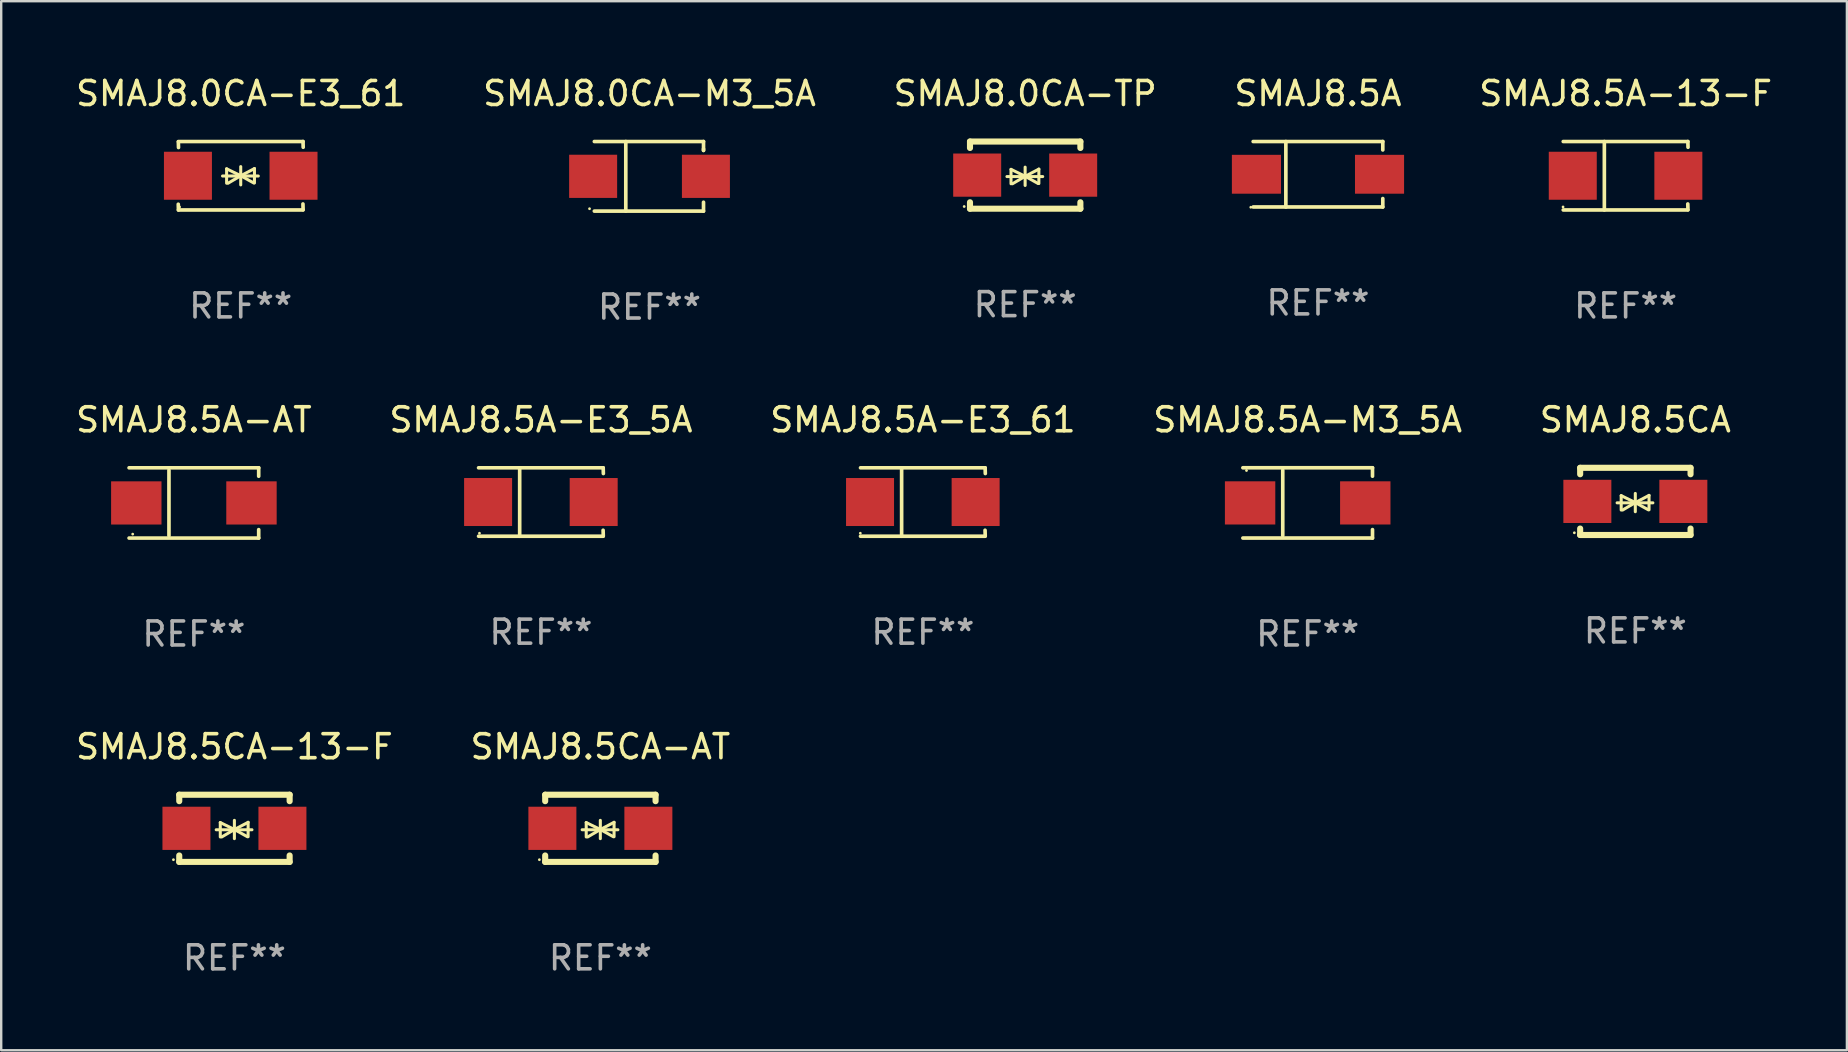
<source format=kicad_pcb>
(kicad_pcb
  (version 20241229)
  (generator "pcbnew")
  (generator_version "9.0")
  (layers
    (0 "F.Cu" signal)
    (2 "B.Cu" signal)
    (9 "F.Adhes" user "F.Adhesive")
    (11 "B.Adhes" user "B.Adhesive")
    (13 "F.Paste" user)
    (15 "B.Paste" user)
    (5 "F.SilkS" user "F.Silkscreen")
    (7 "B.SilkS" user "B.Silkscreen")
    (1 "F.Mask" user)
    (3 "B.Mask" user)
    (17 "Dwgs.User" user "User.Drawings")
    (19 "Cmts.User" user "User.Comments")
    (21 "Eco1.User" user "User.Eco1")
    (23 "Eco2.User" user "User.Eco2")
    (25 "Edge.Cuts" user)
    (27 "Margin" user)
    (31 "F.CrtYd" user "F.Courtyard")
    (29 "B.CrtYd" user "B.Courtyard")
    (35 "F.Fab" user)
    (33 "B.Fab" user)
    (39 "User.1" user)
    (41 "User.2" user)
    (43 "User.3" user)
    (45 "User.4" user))
  (footprint "SMAJ8.5A-E3_5A"
    (layer "F.Cu")
    (at 19.494 17.871)
    (property "Reference" "SMAJ8.5A-E3_5A" (at 0 -3.426 0) (layer "F.SilkS") (effects (font (size 1 1) (thickness 0.15))))
    (attr through_hole)
    (fp_line (start -2.6 -1.426) (end 2.593 -1.426) (stroke (width 0.152) (type solid)) (layer "F.SilkS"))
    (fp_line (start -2.6 1.426) (end 2.593 1.426) (stroke (width 0.152) (type solid)) (layer "F.SilkS"))
    (fp_line (start -0.887 -1.426) (end -0.887 1.426) (stroke (width 0.152) (type solid)) (layer "F.SilkS"))
    (fp_line (start 2.59 1.176) (end 2.597 1.415) (stroke (width 0.152) (type solid)) (layer "F.SilkS"))
    (fp_line (start 2.593 -1.426) (end 2.6 -1.187) (stroke (width 0.152) (type solid)) (layer "F.SilkS"))
    (fp_circle (center -2.563 1.3) (end -2.533 1.3) (stroke (width 0.06) (type solid)) (fill no) (layer "F.SilkS"))
    (fp_text user "REF**" (at 0 5.426 0) (layer "F.Fab") (effects (font (size 1 1) (thickness 0.15))))
    (pad "1" smd rect (at -2.203 -0.000025 180) (size 2 2) (layers "F.Cu" "F.Mask" "F.Paste"))
    (pad "2" smd rect (at 2.197 -0.000025 180) (size 2 2) (layers "F.Cu" "F.Mask" "F.Paste")))
  (footprint "SMAJ8.5CA"
    (layer "F.Cu")
    (at 65.101 17.845)
    (property "Reference" "SMAJ8.5CA" (at 0 -3.4 0) (layer "F.SilkS") (effects (font (size 1 1) (thickness 0.15))))
    (attr through_hole)
    (fp_line (start -2.3 -1.4) (end -2.3 -1.131) (stroke (width 0.254) (type solid)) (layer "F.SilkS"))
    (fp_line (start -2.3 -1.4) (end 2.3 -1.4) (stroke (width 0.254) (type solid)) (layer "F.SilkS"))
    (fp_line (start -2.3 1.131) (end -2.3 1.4) (stroke (width 0.254) (type solid)) (layer "F.SilkS"))
    (fp_line (start -2.3 1.4) (end 2.3 1.4) (stroke (width 0.254) (type solid)) (layer "F.SilkS"))
    (fp_line (start -0.76 0.06) (end 0.73 0.06) (stroke (width 0.127) (type solid)) (layer "F.SilkS"))
    (fp_line (start -0.59 -0.24) (end -0.59 0.36) (stroke (width 0.127) (type solid)) (layer "F.SilkS"))
    (fp_line (start -0.59 -0.24) (end -0.002 0.049) (stroke (width 0.127) (type solid)) (layer "F.SilkS"))
    (fp_line (start -0.53 0.36) (end -0.002 0.049) (stroke (width 0.127) (type solid)) (layer "F.SilkS"))
    (fp_line (start -0.002 0.049) (end -0.002 -0.332) (stroke (width 0.127) (type solid)) (layer "F.SilkS"))
    (fp_line (start -0.002 0.049) (end -0.002 0.43) (stroke (width 0.127) (type solid)) (layer "F.SilkS"))
    (fp_line (start 0.54 0.35) (end -0.002 0.049) (stroke (width 0.127) (type solid)) (layer "F.SilkS"))
    (fp_line (start 0.57 -0.25) (end -0.002 0.049) (stroke (width 0.127) (type solid)) (layer "F.SilkS"))
    (fp_line (start 0.57 -0.25) (end 0.57 0.35) (stroke (width 0.127) (type solid)) (layer "F.SilkS"))
    (fp_line (start 2.3 -1.4) (end 2.3 -1.131) (stroke (width 0.254) (type solid)) (layer "F.SilkS"))
    (fp_line (start 2.3 1.131) (end 2.3 1.4) (stroke (width 0.254) (type solid)) (layer "F.SilkS"))
    (fp_circle (center -2.542 1.308) (end -2.512 1.308) (stroke (width 0.06) (type solid)) (fill no) (layer "F.SilkS"))
    (fp_text user "REF**" (at 0 5.4 0) (layer "F.Fab") (effects (font (size 1 1) (thickness 0.15))))
    (pad "1" smd rect (at -2 0) (size 2 1.8) (layers "F.Cu" "F.Mask" "F.Paste"))
    (pad "2" smd rect (at 2 0) (size 2 1.8) (layers "F.Cu" "F.Mask" "F.Paste")))
  (footprint "SMAJ8.5A-M3_5A"
    (layer "F.Cu")
    (at 51.446 17.908)
    (property "Reference" "SMAJ8.5A-M3_5A" (at 0 -3.464 0) (layer "F.SilkS") (effects (font (size 1 1) (thickness 0.15))))
    (attr through_hole)
    (fp_line (start -2.701 -1.464) (end 2.701 -1.464) (stroke (width 0.152) (type solid)) (layer "F.SilkS"))
    (fp_line (start -2.701 1.464) (end 2.701 1.464) (stroke (width 0.152) (type solid)) (layer "F.SilkS"))
    (fp_line (start -1.039 -1.364) (end -1.039 1.364) (stroke (width 0.152) (type solid)) (layer "F.SilkS"))
    (fp_line (start 2.701 -1.464) (end 2.701 -1.113) (stroke (width 0.152) (type solid)) (layer "F.SilkS"))
    (fp_line (start 2.701 1.464) (end 2.701 1.113) (stroke (width 0.152) (type solid)) (layer "F.SilkS"))
    (fp_circle (center -2.55 -1.35) (end -2.52 -1.35) (stroke (width 0.06) (type solid)) (fill no) (layer "F.SilkS"))
    (fp_text user "REF**" (at 0 5.464 0) (layer "F.Fab") (effects (font (size 1 1) (thickness 0.15))))
    (pad "1" smd rect (at -2.4 0) (size 2.1 1.8) (layers "F.Cu" "F.Mask" "F.Paste"))
    (pad "2" smd rect (at 2.4 0) (size 2.1 1.8) (layers "F.Cu" "F.Mask" "F.Paste")))
  (footprint "SMAJ8.0CA-M3_5A"
    (layer "F.Cu")
    (at 24.018 4.298)
    (property "Reference" "SMAJ8.0CA-M3_5A" (at 0 -3.45 0) (layer "F.SilkS") (effects (font (size 1 1) (thickness 0.15))))
    (attr through_hole)
    (fp_line (start -2.3 -1.45) (end 2.25 -1.45) (stroke (width 0.152) (type solid)) (layer "F.SilkS"))
    (fp_line (start -0.989 -1.45) (end -0.989 1.45) (stroke (width 0.152) (type solid)) (layer "F.SilkS"))
    (fp_line (start 2.25 -1.45) (end 2.25 -1.08) (stroke (width 0.152) (type solid)) (layer "F.SilkS"))
    (fp_line (start 2.25 -1.08) (end 2.25 -1.142) (stroke (width 0.152) (type solid)) (layer "F.SilkS"))
    (fp_line (start 2.25 1.45) (end -2.3 1.45) (stroke (width 0.152) (type solid)) (layer "F.SilkS"))
    (fp_line (start 2.25 1.45) (end 2.25 1.08) (stroke (width 0.152) (type solid)) (layer "F.SilkS"))
    (fp_circle (center -2.5 1.35) (end -2.47 1.35) (stroke (width 0.06) (type solid)) (fill no) (layer "F.SilkS"))
    (fp_text user "REF**" (at 0 5.45 0) (layer "F.Fab") (effects (font (size 1 1) (thickness 0.15))))
    (pad "1" smd rect (at -2.35 0.000025) (size 2 1.8) (layers "F.Cu" "F.Mask" "F.Paste"))
    (pad "2" smd rect (at 2.35 0.000025) (size 2 1.8) (layers "F.Cu" "F.Mask" "F.Paste")))
  (footprint "SMAJ8.5A"
    (layer "F.Cu")
    (at 51.875 4.212)
    (property "Reference" "SMAJ8.5A" (at 0 -3.364 0) (layer "F.SilkS") (effects (font (size 1 1) (thickness 0.15))))
    (attr through_hole)
    (fp_line (start -2.701 -1.364) (end 2.701 -1.364) (stroke (width 0.152) (type solid)) (layer "F.SilkS"))
    (fp_line (start -2.701 1.364) (end 2.701 1.364) (stroke (width 0.152) (type solid)) (layer "F.SilkS"))
    (fp_line (start -1.339 -1.364) (end -1.339 1.364) (stroke (width 0.152) (type solid)) (layer "F.SilkS"))
    (fp_line (start 2.701 -1.364) (end 2.701 -1.013) (stroke (width 0.152) (type solid)) (layer "F.SilkS"))
    (fp_line (start 2.701 1.364) (end 2.701 1.013) (stroke (width 0.152) (type solid)) (layer "F.SilkS"))
    (fp_circle (center -2.8 1.375) (end -2.77 1.375) (stroke (width 0.06) (type solid)) (fill no) (layer "F.SilkS"))
    (fp_text user "REF**" (at 0 5.364 0) (layer "F.Fab") (effects (font (size 1 1) (thickness 0.15))))
    (pad "1" smd rect (at -2.565 -0.000025) (size 2.046 1.62) (layers "F.Cu" "F.Mask" "F.Paste"))
    (pad "2" smd rect (at 2.565 -0.000025) (size 2.046 1.62) (layers "F.Cu" "F.Mask" "F.Paste")))
  (footprint "SMAJ8.5CA-AT"
    (layer "F.Cu")
    (at 21.97 31.469)
    (property "Reference" "SMAJ8.5CA-AT" (at 0 -3.4 0) (layer "F.SilkS") (effects (font (size 1 1) (thickness 0.15))))
    (attr through_hole)
    (fp_line (start -2.3 -1.4) (end -2.3 -1.131) (stroke (width 0.254) (type solid)) (layer "F.SilkS"))
    (fp_line (start -2.3 -1.4) (end 2.3 -1.4) (stroke (width 0.254) (type solid)) (layer "F.SilkS"))
    (fp_line (start -2.3 1.131) (end -2.3 1.4) (stroke (width 0.254) (type solid)) (layer "F.SilkS"))
    (fp_line (start -2.3 1.4) (end 2.3 1.4) (stroke (width 0.254) (type solid)) (layer "F.SilkS"))
    (fp_line (start -0.76 0.06) (end 0.73 0.06) (stroke (width 0.127) (type solid)) (layer "F.SilkS"))
    (fp_line (start -0.59 -0.24) (end -0.59 0.36) (stroke (width 0.127) (type solid)) (layer "F.SilkS"))
    (fp_line (start -0.59 -0.24) (end -0.002 0.049) (stroke (width 0.127) (type solid)) (layer "F.SilkS"))
    (fp_line (start -0.53 0.36) (end -0.002 0.049) (stroke (width 0.127) (type solid)) (layer "F.SilkS"))
    (fp_line (start -0.002 0.049) (end -0.002 -0.332) (stroke (width 0.127) (type solid)) (layer "F.SilkS"))
    (fp_line (start -0.002 0.049) (end -0.002 0.43) (stroke (width 0.127) (type solid)) (layer "F.SilkS"))
    (fp_line (start 0.54 0.35) (end -0.002 0.049) (stroke (width 0.127) (type solid)) (layer "F.SilkS"))
    (fp_line (start 0.57 -0.25) (end -0.002 0.049) (stroke (width 0.127) (type solid)) (layer "F.SilkS"))
    (fp_line (start 0.57 -0.25) (end 0.57 0.35) (stroke (width 0.127) (type solid)) (layer "F.SilkS"))
    (fp_line (start 2.3 -1.4) (end 2.3 -1.131) (stroke (width 0.254) (type solid)) (layer "F.SilkS"))
    (fp_line (start 2.3 1.131) (end 2.3 1.4) (stroke (width 0.254) (type solid)) (layer "F.SilkS"))
    (fp_circle (center -2.542 1.308) (end -2.512 1.308) (stroke (width 0.06) (type solid)) (fill no) (layer "F.SilkS"))
    (fp_text user "REF**" (at 0 5.4 0) (layer "F.Fab") (effects (font (size 1 1) (thickness 0.15))))
    (pad "1" smd rect (at -2 0) (size 2 1.8) (layers "F.Cu" "F.Mask" "F.Paste"))
    (pad "2" smd rect (at 2 0) (size 2 1.8) (layers "F.Cu" "F.Mask" "F.Paste")))
  (footprint "SMAJ8.5CA-13-F"
    (layer "F.Cu")
    (at 6.72 31.469)
    (property "Reference" "SMAJ8.5CA-13-F" (at 0 -3.4 0) (layer "F.SilkS") (effects (font (size 1 1) (thickness 0.15))))
    (attr through_hole)
    (fp_line (start -2.3 -1.4) (end -2.3 -1.131) (stroke (width 0.254) (type solid)) (layer "F.SilkS"))
    (fp_line (start -2.3 -1.4) (end 2.3 -1.4) (stroke (width 0.254) (type solid)) (layer "F.SilkS"))
    (fp_line (start -2.3 1.131) (end -2.3 1.4) (stroke (width 0.254) (type solid)) (layer "F.SilkS"))
    (fp_line (start -2.3 1.4) (end 2.3 1.4) (stroke (width 0.254) (type solid)) (layer "F.SilkS"))
    (fp_line (start -0.76 0.06) (end 0.73 0.06) (stroke (width 0.127) (type solid)) (layer "F.SilkS"))
    (fp_line (start -0.59 -0.24) (end -0.59 0.36) (stroke (width 0.127) (type solid)) (layer "F.SilkS"))
    (fp_line (start -0.59 -0.24) (end -0.002 0.049) (stroke (width 0.127) (type solid)) (layer "F.SilkS"))
    (fp_line (start -0.53 0.36) (end -0.002 0.049) (stroke (width 0.127) (type solid)) (layer "F.SilkS"))
    (fp_line (start -0.002 0.049) (end -0.002 -0.332) (stroke (width 0.127) (type solid)) (layer "F.SilkS"))
    (fp_line (start -0.002 0.049) (end -0.002 0.43) (stroke (width 0.127) (type solid)) (layer "F.SilkS"))
    (fp_line (start 0.54 0.35) (end -0.002 0.049) (stroke (width 0.127) (type solid)) (layer "F.SilkS"))
    (fp_line (start 0.57 -0.25) (end -0.002 0.049) (stroke (width 0.127) (type solid)) (layer "F.SilkS"))
    (fp_line (start 0.57 -0.25) (end 0.57 0.35) (stroke (width 0.127) (type solid)) (layer "F.SilkS"))
    (fp_line (start 2.3 -1.4) (end 2.3 -1.131) (stroke (width 0.254) (type solid)) (layer "F.SilkS"))
    (fp_line (start 2.3 1.131) (end 2.3 1.4) (stroke (width 0.254) (type solid)) (layer "F.SilkS"))
    (fp_circle (center -2.542 1.308) (end -2.512 1.308) (stroke (width 0.06) (type solid)) (fill no) (layer "F.SilkS"))
    (fp_text user "REF**" (at 0 5.4 0) (layer "F.Fab") (effects (font (size 1 1) (thickness 0.15))))
    (pad "1" smd rect (at -2 0) (size 2 1.8) (layers "F.Cu" "F.Mask" "F.Paste"))
    (pad "2" smd rect (at 2 0) (size 2 1.8) (layers "F.Cu" "F.Mask" "F.Paste")))
  (footprint "SMAJ8.5A-E3_61"
    (layer "F.Cu")
    (at 35.411 17.871)
    (property "Reference" "SMAJ8.5A-E3_61" (at 0 -3.426 0) (layer "F.SilkS") (effects (font (size 1 1) (thickness 0.15))))
    (attr through_hole)
    (fp_line (start -2.6 -1.426) (end 2.593 -1.426) (stroke (width 0.152) (type solid)) (layer "F.SilkS"))
    (fp_line (start -2.6 1.426) (end 2.593 1.426) (stroke (width 0.152) (type solid)) (layer "F.SilkS"))
    (fp_line (start -0.887 -1.426) (end -0.887 1.426) (stroke (width 0.152) (type solid)) (layer "F.SilkS"))
    (fp_line (start 2.59 1.176) (end 2.597 1.415) (stroke (width 0.152) (type solid)) (layer "F.SilkS"))
    (fp_line (start 2.593 -1.426) (end 2.6 -1.187) (stroke (width 0.152) (type solid)) (layer "F.SilkS"))
    (fp_circle (center -2.608 1.3) (end -2.578 1.3) (stroke (width 0.06) (type solid)) (fill no) (layer "F.SilkS"))
    (fp_text user "REF**" (at 0 5.426 0) (layer "F.Fab") (effects (font (size 1 1) (thickness 0.15))))
    (pad "1" smd rect (at -2.203 0 180) (size 2 2) (layers "F.Cu" "F.Mask" "F.Paste"))
    (pad "2" smd rect (at 2.197 0 180) (size 2 2) (layers "F.Cu" "F.Mask" "F.Paste")))
  (footprint "SMAJ8.0CA-E3_61"
    (layer "F.Cu")
    (at 6.982 4.274)
    (property "Reference" "SMAJ8.0CA-E3_61" (at 0 -3.426 0) (layer "F.SilkS") (effects (font (size 1 1) (thickness 0.15))))
    (attr through_hole)
    (fp_line (start -2.596 -1.426) (end 2.596 -1.426) (stroke (width 0.152) (type solid)) (layer "F.SilkS"))
    (fp_line (start -2.596 1.426) (end -2.603 1.187) (stroke (width 0.152) (type solid)) (layer "F.SilkS"))
    (fp_line (start -2.596 1.426) (end 2.596 1.426) (stroke (width 0.152) (type solid)) (layer "F.SilkS"))
    (fp_line (start -2.593 -1.176) (end -2.6 -1.415) (stroke (width 0.152) (type solid)) (layer "F.SilkS"))
    (fp_line (start -0.758 0.011) (end 0.732 0.011) (stroke (width 0.127) (type solid)) (layer "F.SilkS"))
    (fp_line (start -0.588 -0.289) (end -0.588 0.311) (stroke (width 0.127) (type solid)) (layer "F.SilkS"))
    (fp_line (start -0.588 -0.289) (end 0 0) (stroke (width 0.127) (type solid)) (layer "F.SilkS"))
    (fp_line (start -0.528 0.311) (end 0 0) (stroke (width 0.127) (type solid)) (layer "F.SilkS"))
    (fp_line (start 0 0) (end 0 -0.381) (stroke (width 0.127) (type solid)) (layer "F.SilkS"))
    (fp_line (start 0 0) (end 0 0.381) (stroke (width 0.127) (type solid)) (layer "F.SilkS"))
    (fp_line (start 0.542 0.301) (end 0 0) (stroke (width 0.127) (type solid)) (layer "F.SilkS"))
    (fp_line (start 0.572 -0.299) (end 0 0) (stroke (width 0.127) (type solid)) (layer "F.SilkS"))
    (fp_line (start 0.572 -0.299) (end 0.572 0.301) (stroke (width 0.127) (type solid)) (layer "F.SilkS"))
    (fp_line (start 2.593 1.176) (end 2.6 1.415) (stroke (width 0.152) (type solid)) (layer "F.SilkS"))
    (fp_line (start 2.596 -1.426) (end 2.603 -1.187) (stroke (width 0.152) (type solid)) (layer "F.SilkS"))
    (fp_circle (center -2.55 1.3) (end -2.52 1.3) (stroke (width 0.06) (type solid)) (fill no) (layer "F.SilkS"))
    (fp_text user "REF**" (at 0 5.426 0) (layer "F.Fab") (effects (font (size 1 1) (thickness 0.15))))
    (pad "1" smd rect (at -2.2 0 180) (size 2 2) (layers "F.Cu" "F.Mask" "F.Paste"))
    (pad "2" smd rect (at 2.2 0 180) (size 2 2) (layers "F.Cu" "F.Mask" "F.Paste")))
  (footprint "SMAJ8.5A-13-F"
    (layer "F.Cu")
    (at 64.696 4.274)
    (property "Reference" "SMAJ8.5A-13-F" (at 0 -3.426 0) (layer "F.SilkS") (effects (font (size 1 1) (thickness 0.15))))
    (attr through_hole)
    (fp_line (start -2.6 -1.426) (end 2.593 -1.426) (stroke (width 0.152) (type solid)) (layer "F.SilkS"))
    (fp_line (start -2.6 1.426) (end 2.593 1.426) (stroke (width 0.152) (type solid)) (layer "F.SilkS"))
    (fp_line (start -0.887 -1.426) (end -0.887 1.426) (stroke (width 0.152) (type solid)) (layer "F.SilkS"))
    (fp_line (start 2.59 1.176) (end 2.597 1.415) (stroke (width 0.152) (type solid)) (layer "F.SilkS"))
    (fp_line (start 2.593 -1.426) (end 2.6 -1.187) (stroke (width 0.152) (type solid)) (layer "F.SilkS"))
    (fp_circle (center -2.608 1.3) (end -2.578 1.3) (stroke (width 0.06) (type solid)) (fill no) (layer "F.SilkS"))
    (fp_text user "REF**" (at 0 5.426 0) (layer "F.Fab") (effects (font (size 1 1) (thickness 0.15))))
    (pad "1" smd rect (at -2.203 0 180) (size 2 2) (layers "F.Cu" "F.Mask" "F.Paste"))
    (pad "2" smd rect (at 2.197 0 180) (size 2 2) (layers "F.Cu" "F.Mask" "F.Paste")))
  (footprint "SMAJ8.5A-AT"
    (layer "F.Cu")
    (at 5.03 17.909)
    (property "Reference" "SMAJ8.5A-AT" (at 0 -3.464 0) (layer "F.SilkS") (effects (font (size 1 1) (thickness 0.15))))
    (attr through_hole)
    (fp_line (start -2.701 -1.464) (end 2.701 -1.464) (stroke (width 0.152) (type solid)) (layer "F.SilkS"))
    (fp_line (start -2.701 1.464) (end 2.701 1.464) (stroke (width 0.152) (type solid)) (layer "F.SilkS"))
    (fp_line (start -1.039 -1.364) (end -1.039 1.364) (stroke (width 0.152) (type solid)) (layer "F.SilkS"))
    (fp_line (start 2.701 -1.464) (end 2.701 -1.113) (stroke (width 0.152) (type solid)) (layer "F.SilkS"))
    (fp_line (start 2.701 1.464) (end 2.701 1.113) (stroke (width 0.152) (type solid)) (layer "F.SilkS"))
    (fp_circle (center -2.55 1.3) (end -2.52 1.3) (stroke (width 0.06) (type solid)) (fill no) (layer "F.SilkS"))
    (fp_text user "REF**" (at 0 5.464 0) (layer "F.Fab") (effects (font (size 1 1) (thickness 0.15))))
    (pad "1" smd rect (at -2.4 0.000025) (size 2.1 1.8) (layers "F.Cu" "F.Mask" "F.Paste"))
    (pad "2" smd rect (at 2.4 0.000025) (size 2.1 1.8) (layers "F.Cu" "F.Mask" "F.Paste")))
  (footprint "SMAJ8.0CA-TP"
    (layer "F.Cu")
    (at 39.673 4.248)
    (property "Reference" "SMAJ8.0CA-TP" (at 0 -3.4 0) (layer "F.SilkS") (effects (font (size 1 1) (thickness 0.15))))
    (attr through_hole)
    (fp_line (start -2.3 -1.4) (end -2.3 -1.131) (stroke (width 0.254) (type solid)) (layer "F.SilkS"))
    (fp_line (start -2.3 -1.4) (end 2.3 -1.4) (stroke (width 0.254) (type solid)) (layer "F.SilkS"))
    (fp_line (start -2.3 1.131) (end -2.3 1.4) (stroke (width 0.254) (type solid)) (layer "F.SilkS"))
    (fp_line (start -2.3 1.4) (end 2.3 1.4) (stroke (width 0.254) (type solid)) (layer "F.SilkS"))
    (fp_line (start -0.76 0.06) (end 0.73 0.06) (stroke (width 0.127) (type solid)) (layer "F.SilkS"))
    (fp_line (start -0.59 -0.24) (end -0.59 0.36) (stroke (width 0.127) (type solid)) (layer "F.SilkS"))
    (fp_line (start -0.59 -0.24) (end -0.002 0.049) (stroke (width 0.127) (type solid)) (layer "F.SilkS"))
    (fp_line (start -0.53 0.36) (end -0.002 0.049) (stroke (width 0.127) (type solid)) (layer "F.SilkS"))
    (fp_line (start -0.002 0.049) (end -0.002 -0.332) (stroke (width 0.127) (type solid)) (layer "F.SilkS"))
    (fp_line (start -0.002 0.049) (end -0.002 0.43) (stroke (width 0.127) (type solid)) (layer "F.SilkS"))
    (fp_line (start 0.54 0.35) (end -0.002 0.049) (stroke (width 0.127) (type solid)) (layer "F.SilkS"))
    (fp_line (start 0.57 -0.25) (end -0.002 0.049) (stroke (width 0.127) (type solid)) (layer "F.SilkS"))
    (fp_line (start 0.57 -0.25) (end 0.57 0.35) (stroke (width 0.127) (type solid)) (layer "F.SilkS"))
    (fp_line (start 2.3 -1.4) (end 2.3 -1.131) (stroke (width 0.254) (type solid)) (layer "F.SilkS"))
    (fp_line (start 2.3 1.131) (end 2.3 1.4) (stroke (width 0.254) (type solid)) (layer "F.SilkS"))
    (fp_circle (center -2.542 1.308) (end -2.512 1.308) (stroke (width 0.06) (type solid)) (fill no) (layer "F.SilkS"))
    (fp_text user "REF**" (at 0 5.4 0) (layer "F.Fab") (effects (font (size 1 1) (thickness 0.15))))
    (pad "1" smd rect (at -2 0) (size 2 1.8) (layers "F.Cu" "F.Mask" "F.Paste"))
    (pad "2" smd rect (at 2 0) (size 2 1.8) (layers "F.Cu" "F.Mask" "F.Paste")))
  (gr_rect
    (start -3 -3)
    (end 73.917 40.717)
    (stroke (width 0.1) (type default))
    (fill no)
    (layer "Edge.Cuts")))
</source>
